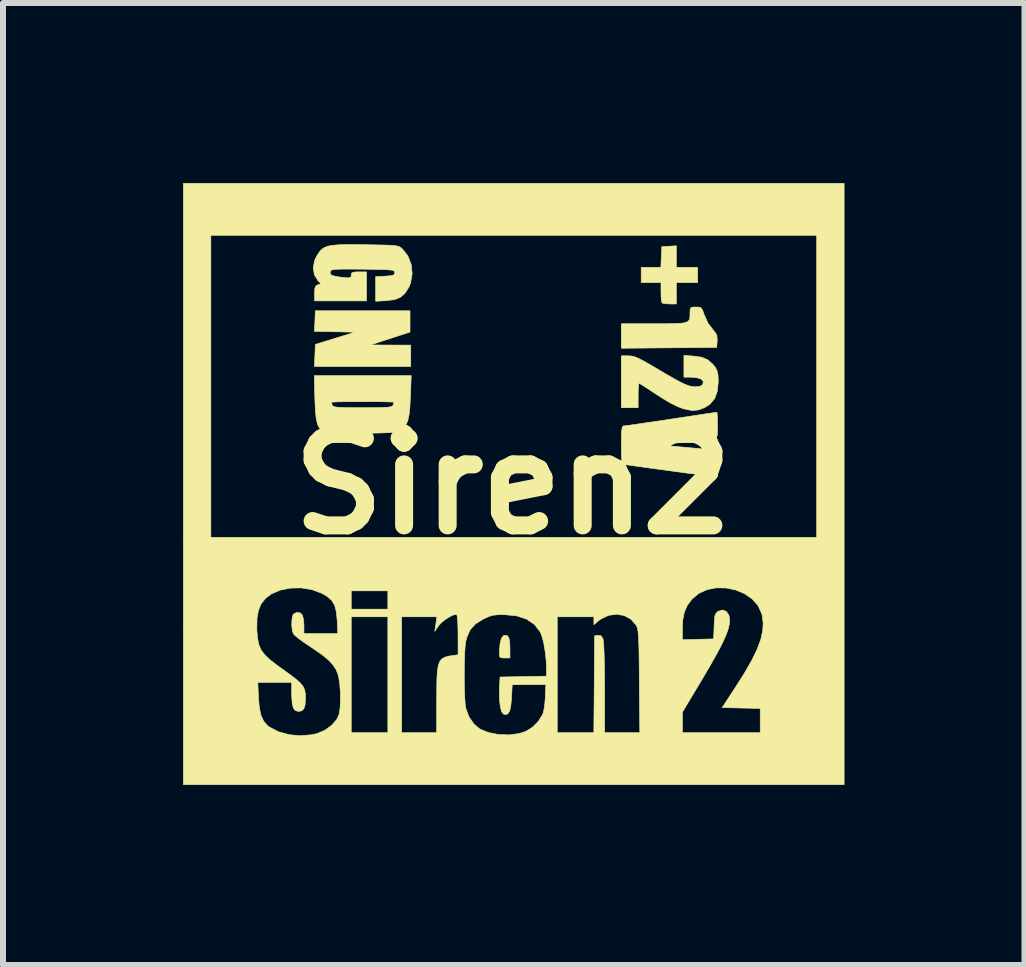
<source format=kicad_pcb>
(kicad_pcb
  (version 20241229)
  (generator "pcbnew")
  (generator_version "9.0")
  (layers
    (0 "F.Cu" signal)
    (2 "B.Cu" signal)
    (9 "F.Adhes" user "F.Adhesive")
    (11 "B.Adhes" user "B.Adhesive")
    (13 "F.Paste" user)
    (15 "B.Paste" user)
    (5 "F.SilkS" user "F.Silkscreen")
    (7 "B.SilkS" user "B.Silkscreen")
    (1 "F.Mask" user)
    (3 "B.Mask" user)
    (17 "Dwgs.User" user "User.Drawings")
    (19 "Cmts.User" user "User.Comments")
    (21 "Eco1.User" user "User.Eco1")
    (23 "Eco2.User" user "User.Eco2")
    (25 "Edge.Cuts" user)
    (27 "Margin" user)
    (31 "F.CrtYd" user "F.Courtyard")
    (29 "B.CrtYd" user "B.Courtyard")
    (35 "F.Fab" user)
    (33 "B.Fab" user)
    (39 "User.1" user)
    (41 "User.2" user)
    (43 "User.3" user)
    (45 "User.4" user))
  (footprint "Siren2"
    (layer "F.Cu")
    (at 5.497 5.014)
    (property "Reference" "Siren2" (at 0 0 0) (layer "F.SilkS") (effects (font (size 1.524 1.524) (thickness 0.3))))
    (attr through_hole)
    (fp_poly (pts (xy -0.098 2.525) (xy -0.07 2.561) (xy -0.055 2.635) (xy -0.051 2.74) (xy -0.051 2.898) (xy -0.14 2.898) (xy -0.196 2.896) (xy -0.221 2.879) (xy -0.227 2.832) (xy -0.226 2.79) (xy -0.215 2.656) (xy -0.192 2.569) (xy -0.156 2.526) (xy -0.143 2.521) (xy -0.098 2.525)) (stroke (width 0.01) (type solid)) (fill yes) (layer "F.SilkS"))
    (fp_poly (pts (xy -1.716 -2.532) (xy -2.047 -2.424) (xy -2.377 -2.317) (xy -2.04 -2.315) (xy -1.704 -2.314) (xy -1.704 -1.958) (xy -3.308 -1.958) (xy -3.3 -2.142) (xy -3.293 -2.326) (xy -3.153 -2.369) (xy -3.055 -2.399) (xy -2.936 -2.436) (xy -2.822 -2.471) (xy -2.632 -2.53) (xy -2.97 -2.537) (xy -3.308 -2.544) (xy -3.3 -2.715) (xy -3.293 -2.886) (xy -1.716 -2.886) (xy -1.716 -2.532)) (stroke (width 0.01) (type solid)) (fill yes) (layer "F.SilkS"))
    (fp_poly (pts (xy 2.721 -3.61) (xy 3.076 -3.61) (xy 3.076 -3.356) (xy 2.721 -3.356) (xy 2.721 -3) (xy 2.61 -3) (xy 2.539 -3.004) (xy 2.491 -3.013) (xy 2.483 -3.017) (xy 2.474 -3.05) (xy 2.468 -3.118) (xy 2.466 -3.195) (xy 2.466 -3.356) (xy 2.136 -3.356) (xy 2.136 -3.61) (xy 2.464 -3.61) (xy 2.471 -3.782) (xy 2.479 -3.954) (xy 2.6 -3.961) (xy 2.721 -3.969) (xy 2.721 -3.61)) (stroke (width 0.01) (type solid)) (fill yes) (layer "F.SilkS"))
    (fp_poly (pts (xy 3.109 -2.946) (xy 3.143 -2.926) (xy 3.166 -2.876) (xy 3.177 -2.841) (xy 3.248 -2.681) (xy 3.354 -2.542) (xy 3.362 -2.534) (xy 3.396 -2.479) (xy 3.403 -2.398) (xy 3.402 -2.381) (xy 3.394 -2.276) (xy 2.6 -2.269) (xy 1.805 -2.262) (xy 1.805 -2.67) (xy 2.351 -2.67) (xy 2.54 -2.67) (xy 2.685 -2.672) (xy 2.79 -2.677) (xy 2.863 -2.687) (xy 2.91 -2.705) (xy 2.936 -2.732) (xy 2.947 -2.771) (xy 2.949 -2.822) (xy 2.949 -2.859) (xy 2.953 -2.918) (xy 2.972 -2.943) (xy 3.023 -2.949) (xy 3.047 -2.949) (xy 3.109 -2.946)) (stroke (width 0.01) (type solid)) (fill yes) (layer "F.SilkS"))
    (fp_poly (pts (xy 3.013 -2.131) (xy 3.146 -2.112) (xy 3.247 -2.068) (xy 3.332 -1.992) (xy 3.367 -1.948) (xy 3.398 -1.892) (xy 3.415 -1.82) (xy 3.42 -1.714) (xy 3.42 -1.708) (xy 3.405 -1.547) (xy 3.359 -1.422) (xy 3.278 -1.327) (xy 3.204 -1.279) (xy 3.092 -1.234) (xy 2.981 -1.225) (xy 2.851 -1.251) (xy 2.829 -1.257) (xy 2.737 -1.293) (xy 2.629 -1.347) (xy 2.497 -1.424) (xy 2.335 -1.529) (xy 2.296 -1.555) (xy 2.212 -1.61) (xy 2.145 -1.653) (xy 2.105 -1.676) (xy 2.099 -1.678) (xy 2.092 -1.655) (xy 2.087 -1.592) (xy 2.085 -1.503) (xy 2.085 -1.475) (xy 2.085 -1.271) (xy 1.805 -1.271) (xy 1.805 -2.136) (xy 1.921 -2.136) (xy 1.973 -2.132) (xy 2.026 -2.12) (xy 2.091 -2.093) (xy 2.176 -2.05) (xy 2.289 -1.985) (xy 2.373 -1.936) (xy 2.542 -1.836) (xy 2.676 -1.759) (xy 2.779 -1.703) (xy 2.858 -1.664) (xy 2.921 -1.639) (xy 2.974 -1.625) (xy 3.023 -1.62) (xy 3.031 -1.619) (xy 3.11 -1.624) (xy 3.156 -1.652) (xy 3.162 -1.66) (xy 3.171 -1.709) (xy 3.135 -1.748) (xy 3.061 -1.772) (xy 2.97 -1.78) (xy 2.848 -1.78) (xy 2.848 -2.142) (xy 3.013 -2.131)) (stroke (width 0.01) (type solid)) (fill yes) (layer "F.SilkS"))
    (fp_poly (pts (xy -1.709 -1.455) (xy -1.718 -1.282) (xy -1.732 -1.152) (xy -1.753 -1.055) (xy -1.784 -0.985) (xy -1.828 -0.932) (xy -1.874 -0.896) (xy -1.903 -0.881) (xy -1.942 -0.87) (xy -1.998 -0.861) (xy -2.078 -0.855) (xy -2.189 -0.851) (xy -2.338 -0.848) (xy -2.49 -0.847) (xy -2.658 -0.846) (xy -2.812 -0.848) (xy -2.945 -0.852) (xy -3.047 -0.857) (xy -3.111 -0.864) (xy -3.121 -0.867) (xy -3.179 -0.891) (xy -3.224 -0.931) (xy -3.255 -0.991) (xy -3.277 -1.079) (xy -3.291 -1.203) (xy -3.299 -1.362) (xy -3.026 -1.362) (xy -3.018 -1.332) (xy -3.01 -1.311) (xy -2.999 -1.297) (xy -2.973 -1.287) (xy -2.926 -1.28) (xy -2.851 -1.275) (xy -2.742 -1.272) (xy -2.591 -1.271) (xy -2.504 -1.271) (xy -2.332 -1.272) (xy -2.204 -1.274) (xy -2.114 -1.277) (xy -2.055 -1.283) (xy -2.02 -1.292) (xy -2.003 -1.304) (xy -1.999 -1.311) (xy -1.985 -1.352) (xy -1.983 -1.362) (xy -2.007 -1.366) (xy -2.075 -1.368) (xy -2.178 -1.371) (xy -2.31 -1.372) (xy -2.462 -1.373) (xy -2.504 -1.373) (xy -2.661 -1.372) (xy -2.799 -1.371) (xy -2.91 -1.369) (xy -2.988 -1.366) (xy -3.024 -1.363) (xy -3.026 -1.362) (xy -3.299 -1.362) (xy -3.299 -1.367) (xy -3.301 -1.43) (xy -3.31 -1.805) (xy -1.696 -1.805) (xy -1.709 -1.455)) (stroke (width 0.01) (type solid)) (fill yes) (layer "F.SilkS"))
    (fp_poly (pts (xy 3.401 -1.172) (xy 3.405 -1.109) (xy 3.407 -1.019) (xy 3.407 -0.979) (xy 3.406 -0.874) (xy 3.402 -0.809) (xy 3.391 -0.774) (xy 3.371 -0.757) (xy 3.35 -0.751) (xy 3.309 -0.745) (xy 3.229 -0.736) (xy 3.119 -0.724) (xy 2.99 -0.71) (xy 2.852 -0.696) (xy 2.717 -0.683) (xy 2.594 -0.672) (xy 2.495 -0.663) (xy 2.43 -0.658) (xy 2.435 -0.655) (xy 2.484 -0.648) (xy 2.569 -0.639) (xy 2.683 -0.628) (xy 2.759 -0.621) (xy 2.905 -0.608) (xy 3.046 -0.595) (xy 3.166 -0.583) (xy 3.254 -0.574) (xy 3.274 -0.572) (xy 3.407 -0.556) (xy 3.407 -0.127) (xy 3.324 -0.13) (xy 3.278 -0.135) (xy 3.188 -0.145) (xy 3.064 -0.161) (xy 2.911 -0.18) (xy 2.737 -0.204) (xy 2.551 -0.229) (xy 2.543 -0.23) (xy 2.36 -0.255) (xy 2.193 -0.278) (xy 2.05 -0.298) (xy 1.936 -0.314) (xy 1.859 -0.324) (xy 1.825 -0.329) (xy 1.824 -0.329) (xy 1.817 -0.353) (xy 1.811 -0.419) (xy 1.807 -0.516) (xy 1.805 -0.635) (xy 1.805 -0.648) (xy 1.807 -0.788) (xy 1.811 -0.883) (xy 1.819 -0.939) (xy 1.831 -0.964) (xy 1.838 -0.966) (xy 1.87 -0.97) (xy 1.947 -0.98) (xy 2.06 -0.996) (xy 2.205 -1.018) (xy 2.374 -1.042) (xy 2.56 -1.07) (xy 2.627 -1.081) (xy 2.817 -1.109) (xy 2.99 -1.135) (xy 3.141 -1.158) (xy 3.262 -1.176) (xy 3.347 -1.188) (xy 3.391 -1.194) (xy 3.396 -1.195) (xy 3.401 -1.172)) (stroke (width 0.01) (type solid)) (fill yes) (layer "F.SilkS"))
    (fp_poly (pts (xy -2.559 -3.988) (xy -2.468 -3.987) (xy -2.286 -3.984) (xy -2.148 -3.981) (xy -2.046 -3.978) (xy -1.975 -3.972) (xy -1.926 -3.964) (xy -1.892 -3.953) (xy -1.867 -3.937) (xy -1.843 -3.917) (xy -1.842 -3.916) (xy -1.751 -3.799) (xy -1.696 -3.657) (xy -1.68 -3.505) (xy -1.705 -3.354) (xy -1.735 -3.28) (xy -1.8 -3.177) (xy -1.877 -3.11) (xy -1.977 -3.072) (xy -2.111 -3.055) (xy -2.288 -3.045) (xy -2.288 -3.455) (xy -2.129 -3.463) (xy -2.042 -3.469) (xy -1.994 -3.48) (xy -1.974 -3.499) (xy -1.97 -3.521) (xy -1.973 -3.538) (xy -1.983 -3.551) (xy -2.008 -3.561) (xy -2.055 -3.567) (xy -2.129 -3.572) (xy -2.238 -3.575) (xy -2.387 -3.578) (xy -2.499 -3.579) (xy -2.677 -3.581) (xy -2.812 -3.581) (xy -2.908 -3.579) (xy -2.973 -3.575) (xy -3.013 -3.568) (xy -3.034 -3.557) (xy -3.042 -3.546) (xy -3.047 -3.506) (xy -3.022 -3.479) (xy -2.959 -3.459) (xy -2.854 -3.444) (xy -2.768 -3.435) (xy -2.72 -3.436) (xy -2.7 -3.448) (xy -2.695 -3.476) (xy -2.695 -3.48) (xy -2.689 -3.512) (xy -2.663 -3.528) (xy -2.605 -3.534) (xy -2.568 -3.534) (xy -2.441 -3.534) (xy -2.441 -3.051) (xy -3.305 -3.051) (xy -3.305 -3.176) (xy -3.302 -3.255) (xy -3.287 -3.297) (xy -3.257 -3.317) (xy -3.252 -3.319) (xy -3.199 -3.336) (xy -3.255 -3.395) (xy -3.31 -3.489) (xy -3.327 -3.603) (xy -3.305 -3.724) (xy -3.271 -3.797) (xy -3.233 -3.856) (xy -3.194 -3.903) (xy -3.147 -3.937) (xy -3.086 -3.962) (xy -3.003 -3.977) (xy -2.892 -3.986) (xy -2.746 -3.989) (xy -2.559 -3.988)) (stroke (width 0.01) (type solid)) (fill yes) (layer "F.SilkS"))
    (fp_poly (pts (xy 5.517 5.009) (xy -5.492 5.009) (xy -5.492 2.406) (xy -4.268 2.406) (xy -4.267 2.441) (xy -4.256 2.571) (xy -4.235 2.676) (xy -4.197 2.765) (xy -4.135 2.847) (xy -4.045 2.932) (xy -3.919 3.029) (xy -3.846 3.081) (xy -3.709 3.18) (xy -3.609 3.257) (xy -3.539 3.32) (xy -3.495 3.377) (xy -3.47 3.434) (xy -3.46 3.499) (xy -3.458 3.571) (xy -3.464 3.68) (xy -3.486 3.748) (xy -3.527 3.781) (xy -3.576 3.788) (xy -3.627 3.775) (xy -3.66 3.731) (xy -3.679 3.65) (xy -3.687 3.526) (xy -3.687 3.498) (xy -3.687 3.305) (xy -4.252 3.305) (xy -4.241 3.553) (xy -4.227 3.724) (xy -4.199 3.854) (xy -4.154 3.952) (xy -4.088 4.026) (xy -4.059 4.049) (xy -3.91 4.127) (xy -3.734 4.176) (xy -3.543 4.194) (xy -3.353 4.178) (xy -3.258 4.156) (xy -3.131 4.101) (xy -3.021 4.02) (xy -2.938 3.925) (xy -2.899 3.843) (xy -2.882 3.742) (xy -2.874 3.609) (xy -2.876 3.463) (xy -2.887 3.323) (xy -2.906 3.207) (xy -2.912 3.183) (xy -2.946 3.095) (xy -2.998 3.014) (xy -3.073 2.933) (xy -3.179 2.846) (xy -3.322 2.746) (xy -3.385 2.704) (xy -3.486 2.636) (xy -3.573 2.573) (xy -3.634 2.522) (xy -3.66 2.494) (xy -3.678 2.433) (xy -3.686 2.35) (xy -3.683 2.264) (xy -3.671 2.195) (xy -3.656 2.166) (xy -3.598 2.138) (xy -3.54 2.151) (xy -3.51 2.185) (xy -3.494 2.239) (xy -3.485 2.32) (xy -3.483 2.363) (xy -3.483 2.492) (xy -2.918 2.492) (xy -2.929 2.28) (xy -2.935 2.212) (xy -2.695 2.212) (xy -2.695 4.144) (xy -2.085 4.144) (xy -2.085 2.212) (xy -1.856 2.212) (xy -1.856 4.144) (xy -1.271 4.144) (xy -1.271 3.596) (xy -1.27 3.389) (xy -1.267 3.227) (xy -1.259 3.119) (xy -0.812 3.119) (xy -0.812 3.283) (xy -0.809 3.439) (xy -0.803 3.576) (xy -0.795 3.683) (xy -0.786 3.738) (xy -0.734 3.879) (xy -0.65 4) (xy -0.554 4.081) (xy -0.412 4.14) (xy -0.244 4.174) (xy -0.067 4.18) (xy 0.103 4.158) (xy 0.216 4.121) (xy 0.324 4.053) (xy 0.421 3.956) (xy 0.49 3.847) (xy 0.505 3.81) (xy 0.519 3.741) (xy 0.532 3.643) (xy 0.539 3.536) (xy 0.539 3.534) (xy 0.547 3.343) (xy -0.013 3.343) (xy -0.025 3.57) (xy -0.037 3.701) (xy -0.057 3.786) (xy -0.088 3.831) (xy -0.131 3.84) (xy -0.16 3.832) (xy -0.188 3.796) (xy -0.21 3.718) (xy -0.223 3.607) (xy -0.227 3.471) (xy -0.224 3.382) (xy -0.216 3.216) (xy 0.559 3.202) (xy 0.559 3.095) (xy 0.553 2.942) (xy 0.536 2.788) (xy 0.512 2.647) (xy 0.481 2.531) (xy 0.454 2.465) (xy 0.357 2.34) (xy 0.227 2.251) (xy 0.109 2.212) (xy 0.737 2.212) (xy 0.737 4.144) (xy 1.347 4.144) (xy 1.354 3.337) (xy 1.36 2.53) (xy 1.417 2.522) (xy 1.467 2.53) (xy 1.5 2.58) (xy 1.5 2.581) (xy 1.507 2.625) (xy 1.513 2.714) (xy 1.519 2.843) (xy 1.522 3.006) (xy 1.525 3.197) (xy 1.526 3.396) (xy 1.526 4.144) (xy 2.113 4.144) (xy 2.105 3.286) (xy 2.103 3.053) (xy 2.101 2.864) (xy 2.098 2.716) (xy 2.094 2.602) (xy 2.089 2.517) (xy 2.083 2.455) (xy 2.075 2.413) (xy 2.822 2.413) (xy 2.822 2.595) (xy 3.083 2.588) (xy 3.343 2.581) (xy 3.351 2.371) (xy 3.356 2.265) (xy 3.364 2.198) (xy 3.38 2.158) (xy 3.405 2.131) (xy 3.419 2.121) (xy 3.49 2.099) (xy 3.553 2.122) (xy 3.596 2.185) (xy 3.601 2.201) (xy 3.609 2.266) (xy 3.604 2.34) (xy 3.582 2.428) (xy 3.542 2.535) (xy 3.482 2.664) (xy 3.4 2.821) (xy 3.294 3.01) (xy 3.162 3.235) (xy 3.116 3.312) (xy 2.822 3.802) (xy 2.822 4.144) (xy 4.119 4.144) (xy 4.119 3.739) (xy 3.486 3.725) (xy 3.702 3.394) (xy 3.857 3.15) (xy 3.978 2.938) (xy 4.068 2.754) (xy 4.128 2.591) (xy 4.161 2.446) (xy 4.168 2.313) (xy 4.151 2.188) (xy 4.145 2.161) (xy 4.083 2.026) (xy 3.984 1.914) (xy 3.857 1.826) (xy 3.709 1.765) (xy 3.551 1.732) (xy 3.389 1.73) (xy 3.234 1.76) (xy 3.094 1.823) (xy 2.981 1.919) (xy 2.903 2.024) (xy 2.854 2.137) (xy 2.828 2.271) (xy 2.822 2.413) (xy 2.075 2.413) (xy 2.075 2.41) (xy 2.065 2.378) (xy 2.052 2.353) (xy 2.05 2.349) (xy 1.963 2.251) (xy 1.852 2.191) (xy 1.725 2.17) (xy 1.593 2.188) (xy 1.467 2.247) (xy 1.423 2.28) (xy 1.348 2.344) (xy 1.348 2.212) (xy 0.737 2.212) (xy 0.109 2.212) (xy 0.062 2.197) (xy -0.139 2.177) (xy -0.14 2.177) (xy -0.252 2.178) (xy -0.335 2.187) (xy -0.409 2.21) (xy -0.496 2.25) (xy -0.625 2.331) (xy -0.713 2.428) (xy -0.769 2.554) (xy -0.786 2.621) (xy -0.797 2.699) (xy -0.805 2.816) (xy -0.81 2.96) (xy -0.812 3.119) (xy -1.259 3.119) (xy -1.258 3.104) (xy -1.242 3.014) (xy -1.217 2.952) (xy -1.182 2.911) (xy -1.133 2.885) (xy -1.07 2.868) (xy -1.023 2.861) (xy -0.915 2.845) (xy -0.915 2.517) (xy -0.917 2.393) (xy -0.921 2.289) (xy -0.928 2.213) (xy -0.936 2.178) (xy -0.937 2.176) (xy -0.978 2.177) (xy -1.042 2.204) (xy -1.116 2.249) (xy -1.186 2.303) (xy -1.238 2.358) (xy -1.242 2.365) (xy -1.303 2.454) (xy -1.285 2.333) (xy -1.268 2.212) (xy -1.856 2.212) (xy -2.085 2.212) (xy -2.695 2.212) (xy -2.935 2.212) (xy -2.943 2.13) (xy -2.972 2.019) (xy -3.022 1.936) (xy -3.1 1.87) (xy -3.187 1.82) (xy -3.296 1.78) (xy -2.695 1.78) (xy -2.695 2.085) (xy -2.085 2.085) (xy -2.085 1.78) (xy -2.695 1.78) (xy -3.296 1.78) (xy -3.351 1.759) (xy -3.528 1.731) (xy -3.707 1.734) (xy -3.875 1.767) (xy -4.022 1.829) (xy -4.122 1.904) (xy -4.195 1.995) (xy -4.241 2.103) (xy -4.265 2.237) (xy -4.268 2.406) (xy -5.492 2.406) (xy -5.492 -4.144) (xy -5.034 -4.144) (xy -5.034 0.89) (xy 5.06 0.89) (xy 5.06 -4.144) (xy -5.034 -4.144) (xy -5.492 -4.144) (xy -5.492 -5.009) (xy 5.517 -5.009) (xy 5.517 5.009)) (stroke (width 0.01) (type solid)) (fill yes) (layer "F.SilkS")))
  (gr_rect
    (start -3 -3)
    (end 14.019 13.028)
    (stroke (width 0.1) (type default))
    (fill no)
    (layer "Edge.Cuts")))
</source>
